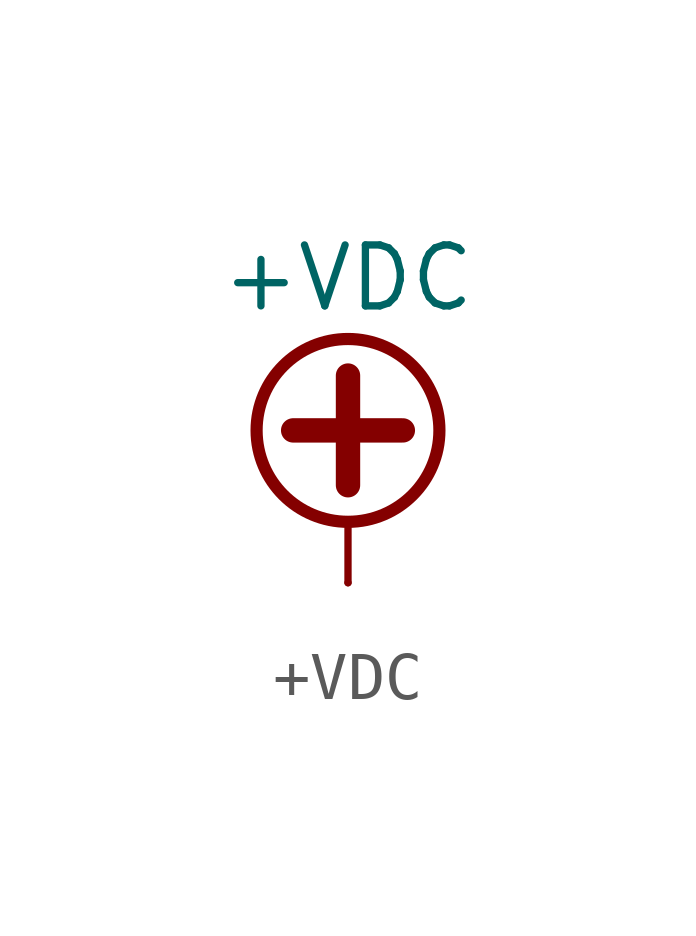
<source format=kicad_sym>
(kicad_symbol_lib
  (version 20241209)
  (generator "kicad_symbol_editor")
  (generator_version "9.0")
  (symbol "+VDC"
    (power)
    (pin_numbers
      (hide yes))
    (pin_names
      (offset 0)
      (hide yes))
    (property "Reference" "#PWR"
      (at 0 -2.54 0)
      (effects (font (size 1.27 1.27)) (hide yes)))
    (property "Value" "+VDC"
      (at 0 6.35 0)
      (effects (font (size 1.27 1.27))))
    (symbol "+VDC_0_1"
      (polyline (pts (xy -1.143 3.175) (xy 1.143 3.175)) (stroke (width 0.508) (type default)) (fill (type none)))
      (circle (center 0 3.175) (radius 1.905) (stroke (width 0.254) (type default)) (fill (type none)))
      (polyline (pts (xy 0 2.032) (xy 0 4.318)) (stroke (width 0.508) (type default)) (fill (type none)))
      (polyline (pts (xy 0 0) (xy 0 1.27)) (stroke (width 0) (type default)) (fill (type none))))
    (symbol "+VDC_1_1"
      (pin power_in line (at 0 0 90) (length 0) (name "~" (effects (font (size 1.27 1.27)))) (number "1" (effects (font (size 1.27 1.27))))))))
</source>
